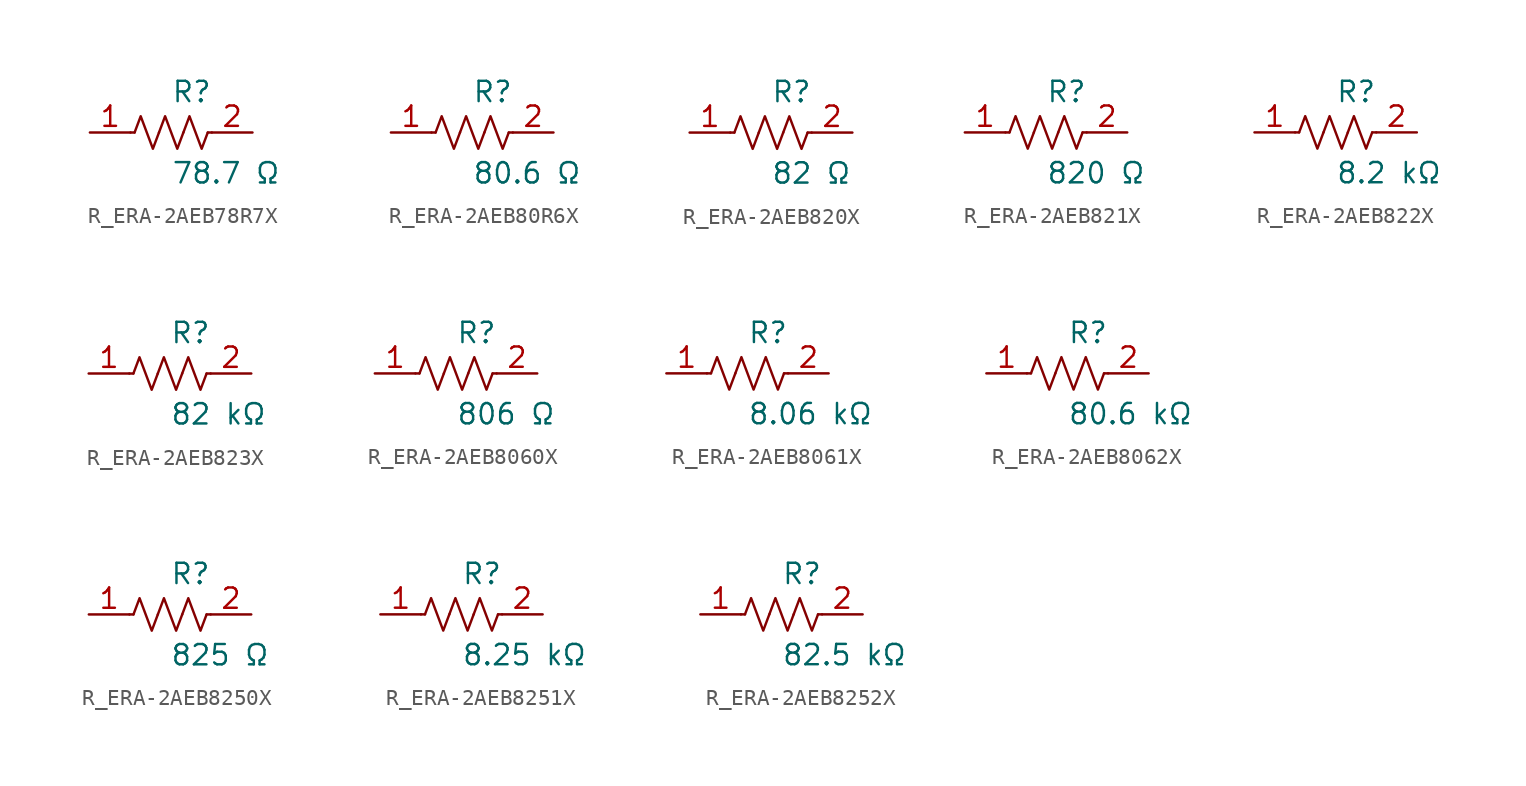
<source format=kicad_sym>
(kicad_symbol_lib
  (version 20231120)
  (generator kicad_symbol_editor)
  (generator_version 8.0)
  (symbol "R_ERA-2AEB78R7X"
    (pin_names
      (offset 0.254))
    (property "Reference" "R"
      (at 0.0 2.54 0)
      (effects (font (size 1.27 1.27)) (justify left)))
    (property "Value" "78.7 Ω"
      (at 0.0 -2.54 0)
      (effects (font (size 1.27 1.27)) (justify left)))
    (symbol "R_ERA-2AEB78R7X_0_1"
      (polyline (pts (xy 2.286 0) (xy 2.54 0)) (stroke (width 0) (type default)) (fill (type none)))
      (polyline (pts (xy -2.286 0) (xy -2.54 0)) (stroke (width 0) (type default)) (fill (type none)))
      (polyline (pts (xy 0.762 0) (xy 1.143 1.016) (xy 1.524 0) (xy 1.905 -1.016) (xy 2.286 0)) (stroke (width 0) (type default)) (fill (type none)))
      (polyline (pts (xy -0.762 0) (xy -0.381 1.016) (xy 0 0) (xy 0.381 -1.016) (xy 0.762 0)) (stroke (width 0) (type default)) (fill (type none)))
      (polyline (pts (xy -2.286 0) (xy -1.905 1.016) (xy -1.524 0) (xy -1.143 -1.016) (xy -0.762 0)) (stroke (width 0) (type default)) (fill (type none))))
    (pin unspecified line
      (at -5.08 0 0)
      (length 2.54)
      (name "" (effects (font (size 1.27 1.27))))
      (number "1" (effects (font (size 1.27 1.27)))))
    (pin unspecified line
      (at 5.08 0 180)
      (length 2.54)
      (name "" (effects (font (size 1.27 1.27))))
      (number "2" (effects (font (size 1.27 1.27))))))
  (symbol "R_ERA-2AEB80R6X"
    (pin_names
      (offset 0.254))
    (property "Reference" "R"
      (at 0.0 2.54 0)
      (effects (font (size 1.27 1.27)) (justify left)))
    (property "Value" "80.6 Ω"
      (at 0.0 -2.54 0)
      (effects (font (size 1.27 1.27)) (justify left)))
    (symbol "R_ERA-2AEB80R6X_0_1"
      (polyline (pts (xy 2.286 0) (xy 2.54 0)) (stroke (width 0) (type default)) (fill (type none)))
      (polyline (pts (xy -2.286 0) (xy -2.54 0)) (stroke (width 0) (type default)) (fill (type none)))
      (polyline (pts (xy 0.762 0) (xy 1.143 1.016) (xy 1.524 0) (xy 1.905 -1.016) (xy 2.286 0)) (stroke (width 0) (type default)) (fill (type none)))
      (polyline (pts (xy -0.762 0) (xy -0.381 1.016) (xy 0 0) (xy 0.381 -1.016) (xy 0.762 0)) (stroke (width 0) (type default)) (fill (type none)))
      (polyline (pts (xy -2.286 0) (xy -1.905 1.016) (xy -1.524 0) (xy -1.143 -1.016) (xy -0.762 0)) (stroke (width 0) (type default)) (fill (type none))))
    (pin unspecified line
      (at -5.08 0 0)
      (length 2.54)
      (name "" (effects (font (size 1.27 1.27))))
      (number "1" (effects (font (size 1.27 1.27)))))
    (pin unspecified line
      (at 5.08 0 180)
      (length 2.54)
      (name "" (effects (font (size 1.27 1.27))))
      (number "2" (effects (font (size 1.27 1.27))))))
  (symbol "R_ERA-2AEB820X"
    (pin_names
      (offset 0.254))
    (property "Reference" "R"
      (at 0.0 2.54 0)
      (effects (font (size 1.27 1.27)) (justify left)))
    (property "Value" "82 Ω"
      (at 0.0 -2.54 0)
      (effects (font (size 1.27 1.27)) (justify left)))
    (symbol "R_ERA-2AEB820X_0_1"
      (polyline (pts (xy 2.286 0) (xy 2.54 0)) (stroke (width 0) (type default)) (fill (type none)))
      (polyline (pts (xy -2.286 0) (xy -2.54 0)) (stroke (width 0) (type default)) (fill (type none)))
      (polyline (pts (xy 0.762 0) (xy 1.143 1.016) (xy 1.524 0) (xy 1.905 -1.016) (xy 2.286 0)) (stroke (width 0) (type default)) (fill (type none)))
      (polyline (pts (xy -0.762 0) (xy -0.381 1.016) (xy 0 0) (xy 0.381 -1.016) (xy 0.762 0)) (stroke (width 0) (type default)) (fill (type none)))
      (polyline (pts (xy -2.286 0) (xy -1.905 1.016) (xy -1.524 0) (xy -1.143 -1.016) (xy -0.762 0)) (stroke (width 0) (type default)) (fill (type none))))
    (pin unspecified line
      (at -5.08 0 0)
      (length 2.54)
      (name "" (effects (font (size 1.27 1.27))))
      (number "1" (effects (font (size 1.27 1.27)))))
    (pin unspecified line
      (at 5.08 0 180)
      (length 2.54)
      (name "" (effects (font (size 1.27 1.27))))
      (number "2" (effects (font (size 1.27 1.27))))))
  (symbol "R_ERA-2AEB821X"
    (pin_names
      (offset 0.254))
    (property "Reference" "R"
      (at 0.0 2.54 0)
      (effects (font (size 1.27 1.27)) (justify left)))
    (property "Value" "820 Ω"
      (at 0.0 -2.54 0)
      (effects (font (size 1.27 1.27)) (justify left)))
    (symbol "R_ERA-2AEB821X_0_1"
      (polyline (pts (xy 2.286 0) (xy 2.54 0)) (stroke (width 0) (type default)) (fill (type none)))
      (polyline (pts (xy -2.286 0) (xy -2.54 0)) (stroke (width 0) (type default)) (fill (type none)))
      (polyline (pts (xy 0.762 0) (xy 1.143 1.016) (xy 1.524 0) (xy 1.905 -1.016) (xy 2.286 0)) (stroke (width 0) (type default)) (fill (type none)))
      (polyline (pts (xy -0.762 0) (xy -0.381 1.016) (xy 0 0) (xy 0.381 -1.016) (xy 0.762 0)) (stroke (width 0) (type default)) (fill (type none)))
      (polyline (pts (xy -2.286 0) (xy -1.905 1.016) (xy -1.524 0) (xy -1.143 -1.016) (xy -0.762 0)) (stroke (width 0) (type default)) (fill (type none))))
    (pin unspecified line
      (at -5.08 0 0)
      (length 2.54)
      (name "" (effects (font (size 1.27 1.27))))
      (number "1" (effects (font (size 1.27 1.27)))))
    (pin unspecified line
      (at 5.08 0 180)
      (length 2.54)
      (name "" (effects (font (size 1.27 1.27))))
      (number "2" (effects (font (size 1.27 1.27))))))
  (symbol "R_ERA-2AEB822X"
    (pin_names
      (offset 0.254))
    (property "Reference" "R"
      (at 0.0 2.54 0)
      (effects (font (size 1.27 1.27)) (justify left)))
    (property "Value" "8.2 kΩ"
      (at 0.0 -2.54 0)
      (effects (font (size 1.27 1.27)) (justify left)))
    (symbol "R_ERA-2AEB822X_0_1"
      (polyline (pts (xy 2.286 0) (xy 2.54 0)) (stroke (width 0) (type default)) (fill (type none)))
      (polyline (pts (xy -2.286 0) (xy -2.54 0)) (stroke (width 0) (type default)) (fill (type none)))
      (polyline (pts (xy 0.762 0) (xy 1.143 1.016) (xy 1.524 0) (xy 1.905 -1.016) (xy 2.286 0)) (stroke (width 0) (type default)) (fill (type none)))
      (polyline (pts (xy -0.762 0) (xy -0.381 1.016) (xy 0 0) (xy 0.381 -1.016) (xy 0.762 0)) (stroke (width 0) (type default)) (fill (type none)))
      (polyline (pts (xy -2.286 0) (xy -1.905 1.016) (xy -1.524 0) (xy -1.143 -1.016) (xy -0.762 0)) (stroke (width 0) (type default)) (fill (type none))))
    (pin unspecified line
      (at -5.08 0 0)
      (length 2.54)
      (name "" (effects (font (size 1.27 1.27))))
      (number "1" (effects (font (size 1.27 1.27)))))
    (pin unspecified line
      (at 5.08 0 180)
      (length 2.54)
      (name "" (effects (font (size 1.27 1.27))))
      (number "2" (effects (font (size 1.27 1.27))))))
  (symbol "R_ERA-2AEB823X"
    (pin_names
      (offset 0.254))
    (property "Reference" "R"
      (at 0.0 2.54 0)
      (effects (font (size 1.27 1.27)) (justify left)))
    (property "Value" "82 kΩ"
      (at 0.0 -2.54 0)
      (effects (font (size 1.27 1.27)) (justify left)))
    (symbol "R_ERA-2AEB823X_0_1"
      (polyline (pts (xy 2.286 0) (xy 2.54 0)) (stroke (width 0) (type default)) (fill (type none)))
      (polyline (pts (xy -2.286 0) (xy -2.54 0)) (stroke (width 0) (type default)) (fill (type none)))
      (polyline (pts (xy 0.762 0) (xy 1.143 1.016) (xy 1.524 0) (xy 1.905 -1.016) (xy 2.286 0)) (stroke (width 0) (type default)) (fill (type none)))
      (polyline (pts (xy -0.762 0) (xy -0.381 1.016) (xy 0 0) (xy 0.381 -1.016) (xy 0.762 0)) (stroke (width 0) (type default)) (fill (type none)))
      (polyline (pts (xy -2.286 0) (xy -1.905 1.016) (xy -1.524 0) (xy -1.143 -1.016) (xy -0.762 0)) (stroke (width 0) (type default)) (fill (type none))))
    (pin unspecified line
      (at -5.08 0 0)
      (length 2.54)
      (name "" (effects (font (size 1.27 1.27))))
      (number "1" (effects (font (size 1.27 1.27)))))
    (pin unspecified line
      (at 5.08 0 180)
      (length 2.54)
      (name "" (effects (font (size 1.27 1.27))))
      (number "2" (effects (font (size 1.27 1.27))))))
  (symbol "R_ERA-2AEB8060X"
    (pin_names
      (offset 0.254))
    (property "Reference" "R"
      (at 0.0 2.54 0)
      (effects (font (size 1.27 1.27)) (justify left)))
    (property "Value" "806 Ω"
      (at 0.0 -2.54 0)
      (effects (font (size 1.27 1.27)) (justify left)))
    (symbol "R_ERA-2AEB8060X_0_1"
      (polyline (pts (xy 2.286 0) (xy 2.54 0)) (stroke (width 0) (type default)) (fill (type none)))
      (polyline (pts (xy -2.286 0) (xy -2.54 0)) (stroke (width 0) (type default)) (fill (type none)))
      (polyline (pts (xy 0.762 0) (xy 1.143 1.016) (xy 1.524 0) (xy 1.905 -1.016) (xy 2.286 0)) (stroke (width 0) (type default)) (fill (type none)))
      (polyline (pts (xy -0.762 0) (xy -0.381 1.016) (xy 0 0) (xy 0.381 -1.016) (xy 0.762 0)) (stroke (width 0) (type default)) (fill (type none)))
      (polyline (pts (xy -2.286 0) (xy -1.905 1.016) (xy -1.524 0) (xy -1.143 -1.016) (xy -0.762 0)) (stroke (width 0) (type default)) (fill (type none))))
    (pin unspecified line
      (at -5.08 0 0)
      (length 2.54)
      (name "" (effects (font (size 1.27 1.27))))
      (number "1" (effects (font (size 1.27 1.27)))))
    (pin unspecified line
      (at 5.08 0 180)
      (length 2.54)
      (name "" (effects (font (size 1.27 1.27))))
      (number "2" (effects (font (size 1.27 1.27))))))
  (symbol "R_ERA-2AEB8061X"
    (pin_names
      (offset 0.254))
    (property "Reference" "R"
      (at 0.0 2.54 0)
      (effects (font (size 1.27 1.27)) (justify left)))
    (property "Value" "8.06 kΩ"
      (at 0.0 -2.54 0)
      (effects (font (size 1.27 1.27)) (justify left)))
    (symbol "R_ERA-2AEB8061X_0_1"
      (polyline (pts (xy 2.286 0) (xy 2.54 0)) (stroke (width 0) (type default)) (fill (type none)))
      (polyline (pts (xy -2.286 0) (xy -2.54 0)) (stroke (width 0) (type default)) (fill (type none)))
      (polyline (pts (xy 0.762 0) (xy 1.143 1.016) (xy 1.524 0) (xy 1.905 -1.016) (xy 2.286 0)) (stroke (width 0) (type default)) (fill (type none)))
      (polyline (pts (xy -0.762 0) (xy -0.381 1.016) (xy 0 0) (xy 0.381 -1.016) (xy 0.762 0)) (stroke (width 0) (type default)) (fill (type none)))
      (polyline (pts (xy -2.286 0) (xy -1.905 1.016) (xy -1.524 0) (xy -1.143 -1.016) (xy -0.762 0)) (stroke (width 0) (type default)) (fill (type none))))
    (pin unspecified line
      (at -5.08 0 0)
      (length 2.54)
      (name "" (effects (font (size 1.27 1.27))))
      (number "1" (effects (font (size 1.27 1.27)))))
    (pin unspecified line
      (at 5.08 0 180)
      (length 2.54)
      (name "" (effects (font (size 1.27 1.27))))
      (number "2" (effects (font (size 1.27 1.27))))))
  (symbol "R_ERA-2AEB8062X"
    (pin_names
      (offset 0.254))
    (property "Reference" "R"
      (at 0.0 2.54 0)
      (effects (font (size 1.27 1.27)) (justify left)))
    (property "Value" "80.6 kΩ"
      (at 0.0 -2.54 0)
      (effects (font (size 1.27 1.27)) (justify left)))
    (symbol "R_ERA-2AEB8062X_0_1"
      (polyline (pts (xy 2.286 0) (xy 2.54 0)) (stroke (width 0) (type default)) (fill (type none)))
      (polyline (pts (xy -2.286 0) (xy -2.54 0)) (stroke (width 0) (type default)) (fill (type none)))
      (polyline (pts (xy 0.762 0) (xy 1.143 1.016) (xy 1.524 0) (xy 1.905 -1.016) (xy 2.286 0)) (stroke (width 0) (type default)) (fill (type none)))
      (polyline (pts (xy -0.762 0) (xy -0.381 1.016) (xy 0 0) (xy 0.381 -1.016) (xy 0.762 0)) (stroke (width 0) (type default)) (fill (type none)))
      (polyline (pts (xy -2.286 0) (xy -1.905 1.016) (xy -1.524 0) (xy -1.143 -1.016) (xy -0.762 0)) (stroke (width 0) (type default)) (fill (type none))))
    (pin unspecified line
      (at -5.08 0 0)
      (length 2.54)
      (name "" (effects (font (size 1.27 1.27))))
      (number "1" (effects (font (size 1.27 1.27)))))
    (pin unspecified line
      (at 5.08 0 180)
      (length 2.54)
      (name "" (effects (font (size 1.27 1.27))))
      (number "2" (effects (font (size 1.27 1.27))))))
  (symbol "R_ERA-2AEB8250X"
    (pin_names
      (offset 0.254))
    (property "Reference" "R"
      (at 0.0 2.54 0)
      (effects (font (size 1.27 1.27)) (justify left)))
    (property "Value" "825 Ω"
      (at 0.0 -2.54 0)
      (effects (font (size 1.27 1.27)) (justify left)))
    (symbol "R_ERA-2AEB8250X_0_1"
      (polyline (pts (xy 2.286 0) (xy 2.54 0)) (stroke (width 0) (type default)) (fill (type none)))
      (polyline (pts (xy -2.286 0) (xy -2.54 0)) (stroke (width 0) (type default)) (fill (type none)))
      (polyline (pts (xy 0.762 0) (xy 1.143 1.016) (xy 1.524 0) (xy 1.905 -1.016) (xy 2.286 0)) (stroke (width 0) (type default)) (fill (type none)))
      (polyline (pts (xy -0.762 0) (xy -0.381 1.016) (xy 0 0) (xy 0.381 -1.016) (xy 0.762 0)) (stroke (width 0) (type default)) (fill (type none)))
      (polyline (pts (xy -2.286 0) (xy -1.905 1.016) (xy -1.524 0) (xy -1.143 -1.016) (xy -0.762 0)) (stroke (width 0) (type default)) (fill (type none))))
    (pin unspecified line
      (at -5.08 0 0)
      (length 2.54)
      (name "" (effects (font (size 1.27 1.27))))
      (number "1" (effects (font (size 1.27 1.27)))))
    (pin unspecified line
      (at 5.08 0 180)
      (length 2.54)
      (name "" (effects (font (size 1.27 1.27))))
      (number "2" (effects (font (size 1.27 1.27))))))
  (symbol "R_ERA-2AEB8251X"
    (pin_names
      (offset 0.254))
    (property "Reference" "R"
      (at 0.0 2.54 0)
      (effects (font (size 1.27 1.27)) (justify left)))
    (property "Value" "8.25 kΩ"
      (at 0.0 -2.54 0)
      (effects (font (size 1.27 1.27)) (justify left)))
    (symbol "R_ERA-2AEB8251X_0_1"
      (polyline (pts (xy 2.286 0) (xy 2.54 0)) (stroke (width 0) (type default)) (fill (type none)))
      (polyline (pts (xy -2.286 0) (xy -2.54 0)) (stroke (width 0) (type default)) (fill (type none)))
      (polyline (pts (xy 0.762 0) (xy 1.143 1.016) (xy 1.524 0) (xy 1.905 -1.016) (xy 2.286 0)) (stroke (width 0) (type default)) (fill (type none)))
      (polyline (pts (xy -0.762 0) (xy -0.381 1.016) (xy 0 0) (xy 0.381 -1.016) (xy 0.762 0)) (stroke (width 0) (type default)) (fill (type none)))
      (polyline (pts (xy -2.286 0) (xy -1.905 1.016) (xy -1.524 0) (xy -1.143 -1.016) (xy -0.762 0)) (stroke (width 0) (type default)) (fill (type none))))
    (pin unspecified line
      (at -5.08 0 0)
      (length 2.54)
      (name "" (effects (font (size 1.27 1.27))))
      (number "1" (effects (font (size 1.27 1.27)))))
    (pin unspecified line
      (at 5.08 0 180)
      (length 2.54)
      (name "" (effects (font (size 1.27 1.27))))
      (number "2" (effects (font (size 1.27 1.27))))))
  (symbol "R_ERA-2AEB8252X"
    (pin_names
      (offset 0.254))
    (property "Reference" "R"
      (at 0.0 2.54 0)
      (effects (font (size 1.27 1.27)) (justify left)))
    (property "Value" "82.5 kΩ"
      (at 0.0 -2.54 0)
      (effects (font (size 1.27 1.27)) (justify left)))
    (symbol "R_ERA-2AEB8252X_0_1"
      (polyline (pts (xy 2.286 0) (xy 2.54 0)) (stroke (width 0) (type default)) (fill (type none)))
      (polyline (pts (xy -2.286 0) (xy -2.54 0)) (stroke (width 0) (type default)) (fill (type none)))
      (polyline (pts (xy 0.762 0) (xy 1.143 1.016) (xy 1.524 0) (xy 1.905 -1.016) (xy 2.286 0)) (stroke (width 0) (type default)) (fill (type none)))
      (polyline (pts (xy -0.762 0) (xy -0.381 1.016) (xy 0 0) (xy 0.381 -1.016) (xy 0.762 0)) (stroke (width 0) (type default)) (fill (type none)))
      (polyline (pts (xy -2.286 0) (xy -1.905 1.016) (xy -1.524 0) (xy -1.143 -1.016) (xy -0.762 0)) (stroke (width 0) (type default)) (fill (type none))))
    (pin unspecified line
      (at -5.08 0 0)
      (length 2.54)
      (name "" (effects (font (size 1.27 1.27))))
      (number "1" (effects (font (size 1.27 1.27)))))
    (pin unspecified line
      (at 5.08 0 180)
      (length 2.54)
      (name "" (effects (font (size 1.27 1.27))))
      (number "2" (effects (font (size 1.27 1.27)))))))
</source>
